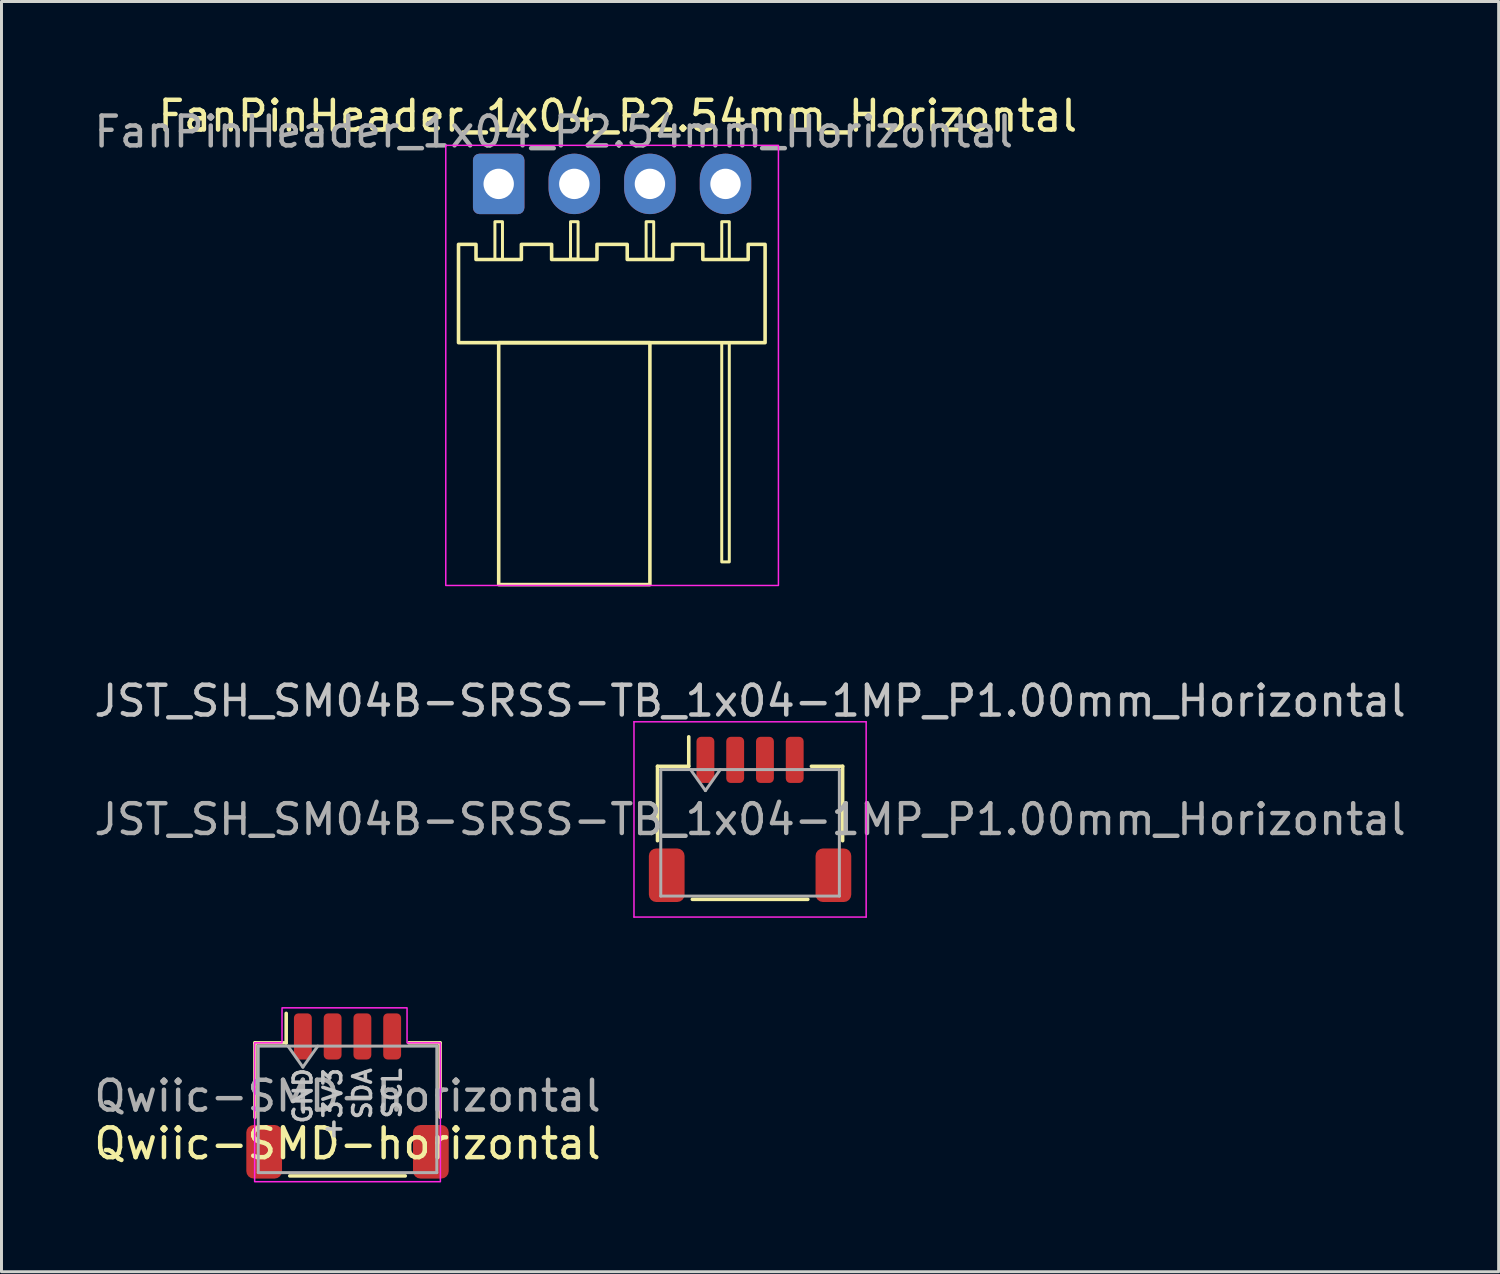
<source format=kicad_pcb>
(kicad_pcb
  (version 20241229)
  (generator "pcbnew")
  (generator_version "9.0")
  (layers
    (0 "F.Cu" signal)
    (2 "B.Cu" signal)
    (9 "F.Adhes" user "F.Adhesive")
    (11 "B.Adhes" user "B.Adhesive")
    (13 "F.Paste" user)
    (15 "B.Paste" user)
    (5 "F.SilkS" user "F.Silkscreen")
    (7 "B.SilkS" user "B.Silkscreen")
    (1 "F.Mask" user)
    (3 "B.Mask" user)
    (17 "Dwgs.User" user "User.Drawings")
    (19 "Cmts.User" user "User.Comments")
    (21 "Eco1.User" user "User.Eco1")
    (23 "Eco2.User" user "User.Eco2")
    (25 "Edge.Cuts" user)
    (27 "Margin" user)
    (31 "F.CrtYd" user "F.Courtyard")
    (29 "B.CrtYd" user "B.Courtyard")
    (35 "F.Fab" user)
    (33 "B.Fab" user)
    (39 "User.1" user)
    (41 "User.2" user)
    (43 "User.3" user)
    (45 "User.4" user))
  (footprint "JST_SH_SM04B-SRSS-TB_1x04-1MP_P1.00mm_Horizontal"
    (layer "F.Cu")
    (at 22.149 24.479)
    (property "Reference" "JST_SH_SM04B-SRSS-TB_1x04-1MP_P1.00mm_Horizontal" (at 0 -3.98 0) (layer "Dwgs.User") (effects (font (size 1 1) (thickness 0.15))))
    (attr smd)
    (fp_line (start -3.11 -1.785) (end -2.06 -1.785) (stroke (width 0.12) (type solid)) (layer "F.SilkS"))
    (fp_line (start -3.11 0.715) (end -3.11 -1.785) (stroke (width 0.12) (type solid)) (layer "F.SilkS"))
    (fp_line (start -2.06 -1.785) (end -2.06 -2.775) (stroke (width 0.12) (type solid)) (layer "F.SilkS"))
    (fp_line (start -1.94 2.685) (end 1.94 2.685) (stroke (width 0.12) (type solid)) (layer "F.SilkS"))
    (fp_line (start 3.11 -1.785) (end 2.06 -1.785) (stroke (width 0.12) (type solid)) (layer "F.SilkS"))
    (fp_line (start 3.11 0.715) (end 3.11 -1.785) (stroke (width 0.12) (type solid)) (layer "F.SilkS"))
    (fp_line (start -3.9 -3.28) (end -3.9 3.28) (stroke (width 0.05) (type solid)) (layer "F.CrtYd"))
    (fp_line (start -3.9 3.28) (end 3.9 3.28) (stroke (width 0.05) (type solid)) (layer "F.CrtYd"))
    (fp_line (start 3.9 -3.28) (end -3.9 -3.28) (stroke (width 0.05) (type solid)) (layer "F.CrtYd"))
    (fp_line (start 3.9 3.28) (end 3.9 -3.28) (stroke (width 0.05) (type solid)) (layer "F.CrtYd"))
    (fp_line (start -3 -1.675) (end -3 2.575) (stroke (width 0.1) (type solid)) (layer "F.Fab"))
    (fp_line (start -3 -1.675) (end 3 -1.675) (stroke (width 0.1) (type solid)) (layer "F.Fab"))
    (fp_line (start -3 2.575) (end 3 2.575) (stroke (width 0.1) (type solid)) (layer "F.Fab"))
    (fp_line (start -2 -1.675) (end -1.5 -0.968) (stroke (width 0.1) (type solid)) (layer "F.Fab"))
    (fp_line (start -1.5 -0.968) (end -1 -1.675) (stroke (width 0.1) (type solid)) (layer "F.Fab"))
    (fp_line (start 3 -1.675) (end 3 2.575) (stroke (width 0.1) (type solid)) (layer "F.Fab"))
    (fp_text user "${REFERENCE}" (at 0 0 0) (layer "F.Fab") (effects (font (size 1 1) (thickness 0.15))))
    (pad "1" smd roundrect (at -1.5 -2) (size 0.6 1.55) (layers "F.Cu" "F.Mask" "F.Paste") (roundrect_rratio 0.25))
    (pad "2" smd roundrect (at -0.5 -2) (size 0.6 1.55) (layers "F.Cu" "F.Mask" "F.Paste") (roundrect_rratio 0.25))
    (pad "3" smd roundrect (at 0.5 -2) (size 0.6 1.55) (layers "F.Cu" "F.Mask" "F.Paste") (roundrect_rratio 0.25))
    (pad "4" smd roundrect (at 1.5 -2) (size 0.6 1.55) (layers "F.Cu" "F.Mask" "F.Paste") (roundrect_rratio 0.25))
    (pad "MP" smd roundrect (at -2.8 1.875) (size 1.2 1.8) (layers "F.Cu" "F.Mask" "F.Paste") (roundrect_rratio 0.208))
    (pad "MP" smd roundrect (at 2.8 1.875) (size 1.2 1.8) (layers "F.Cu" "F.Mask" "F.Paste") (roundrect_rratio 0.208)))
  (footprint "Qwiic-SMD-horizontal"
    (layer "F.Cu")
    (at 8.625 33.77)
    (property "Reference" "Qwiic-SMD-horizontal" (at 0 1.6 0) (layer "F.SilkS") (effects (font (size 1 1) (thickness 0.15))))
    (attr smd)
    (fp_line (start -3.11 -1.785) (end -2.06 -1.785) (stroke (width 0.12) (type solid)) (layer "F.SilkS"))
    (fp_line (start -3.11 0.715) (end -3.11 -1.785) (stroke (width 0.12) (type solid)) (layer "F.SilkS"))
    (fp_line (start -2.06 -1.785) (end -2.06 -2.775) (stroke (width 0.12) (type solid)) (layer "F.SilkS"))
    (fp_line (start -1.94 2.685) (end 1.94 2.685) (stroke (width 0.12) (type solid)) (layer "F.SilkS"))
    (fp_line (start 3.11 -1.785) (end 2.06 -1.785) (stroke (width 0.12) (type solid)) (layer "F.SilkS"))
    (fp_line (start 3.11 0.715) (end 3.11 -1.785) (stroke (width 0.12) (type solid)) (layer "F.SilkS"))
    (fp_poly (pts (xy 3.12 -1.785) (xy 3.12 2.88) (xy -3.12 2.88) (xy -3.12 -1.785) (xy -2.2 -1.785) (xy -2.2 -2.961) (xy 2 -2.961) (xy 2 -1.785)) (stroke (width 0.05) (type solid)) (fill no) (layer "F.CrtYd"))
    (fp_line (start -3 -1.675) (end -3 2.575) (stroke (width 0.1) (type solid)) (layer "F.Fab"))
    (fp_line (start -3 -1.675) (end 3 -1.675) (stroke (width 0.1) (type solid)) (layer "F.Fab"))
    (fp_line (start -3 2.575) (end 3 2.575) (stroke (width 0.1) (type solid)) (layer "F.Fab"))
    (fp_line (start -2 -1.675) (end -1.5 -0.968) (stroke (width 0.1) (type solid)) (layer "F.Fab"))
    (fp_line (start -1.5 -0.968) (end -1 -1.675) (stroke (width 0.1) (type solid)) (layer "F.Fab"))
    (fp_line (start 3 -1.675) (end 3 2.575) (stroke (width 0.1) (type solid)) (layer "F.Fab"))
    (fp_text user "GND" (at -1.5 -1 90) (unlocked yes) (layer "Dwgs.User") (effects (font (size 0.6 0.6) (thickness 0.12) (bold yes)) (justify right)))
    (fp_text user "SDA" (at 0.5 -1 90) (unlocked yes) (layer "Dwgs.User") (effects (font (size 0.6 0.6) (thickness 0.12) (bold yes)) (justify right)))
    (fp_text user "SCL" (at 1.5 -1 90) (unlocked yes) (layer "Dwgs.User") (effects (font (size 0.6 0.6) (thickness 0.12) (bold yes)) (justify right)))
    (fp_text user "+3V3" (at -0.5 -1 90) (unlocked yes) (layer "Dwgs.User") (effects (font (size 0.6 0.6) (thickness 0.12) (bold yes)) (justify right)))
    (fp_text user "${REFERENCE}" (at 0 0 0) (layer "F.Fab") (effects (font (size 1 1) (thickness 0.15))))
    (pad "1" smd roundrect (at -1.5 -2) (size 0.6 1.55) (layers "F.Cu" "F.Mask" "F.Paste") (roundrect_rratio 0.25))
    (pad "2" smd roundrect (at -0.5 -2) (size 0.6 1.55) (layers "F.Cu" "F.Mask" "F.Paste") (roundrect_rratio 0.25))
    (pad "3" smd roundrect (at 0.5 -2) (size 0.6 1.55) (layers "F.Cu" "F.Mask" "F.Paste") (roundrect_rratio 0.25))
    (pad "4" smd roundrect (at 1.5 -2) (size 0.6 1.55) (layers "F.Cu" "F.Mask" "F.Paste") (roundrect_rratio 0.25))
    (pad "MP" smd roundrect (at -2.8 1.875) (size 1.2 1.8) (layers "F.Cu" "F.Mask" "F.Paste") (roundrect_rratio 0.208))
    (pad "MP" smd roundrect (at 2.8 1.875) (size 1.2 1.8) (layers "F.Cu" "F.Mask" "F.Paste") (roundrect_rratio 0.208)))
  (footprint "FanPinHeader_1x04_P2.54mm_Horizontal"
    (layer "F.Cu")
    (at 13.704 3.128)
    (property "Reference" "FanPinHeader_1x04_P2.54mm_Horizontal" (at 4 -2.28 0) (layer "F.SilkS") (effects (font (size 1 1) (thickness 0.15))))
    (attr through_hole)
    (fp_rect (start -0.127 1.27) (end 0.127 2.54) (stroke (width 0.1) (type default)) (fill no) (layer "F.SilkS"))
    (fp_rect (start 2.413 1.27) (end 2.667 2.526) (stroke (width 0.1) (type default)) (fill no) (layer "F.SilkS"))
    (fp_rect (start 4.953 1.27) (end 5.207 2.526) (stroke (width 0.1) (type default)) (fill no) (layer "F.SilkS"))
    (fp_rect (start 7.493 1.27) (end 7.747 2.54) (stroke (width 0.1) (type default)) (fill no) (layer "F.SilkS"))
    (fp_rect (start 7.493 5.334) (end 7.747 12.7) (stroke (width 0.1) (type default)) (fill no) (layer "F.SilkS"))
    (fp_poly (pts (xy 0 5.334) (xy 5.08 5.334) (xy 5.08 13.462) (xy 0 13.462)) (stroke (width 0.12) (type solid)) (fill no) (layer "F.SilkS"))
    (fp_poly (pts (xy 1.778 2.54) (xy 3.302 2.54) (xy 3.302 2.032) (xy 4.318 2.032) (xy 4.318 2.54) (xy 5.842 2.54) (xy 5.842 2.032) (xy 6.858 2.032) (xy 6.858 2.54) (xy 8.382 2.54) (xy 8.382 2.032) (xy 8.95 2.032) (xy 8.95 5.334) (xy -1.35 5.334) (xy -1.35 2.032) (xy -0.762 2.032) (xy -0.762 2.54) (xy 0.762 2.54) (xy 0.762 2.032) (xy 1.778 2.032)) (stroke (width 0.12) (type default)) (fill no) (layer "F.SilkS"))
    (fp_poly (pts (xy 9.398 13.491) (xy 9.398 -1.295) (xy -1.778 -1.295) (xy -1.778 13.491)) (stroke (width 0.05) (type solid)) (fill no) (layer "F.CrtYd"))
    (fp_text user "${REFERENCE}" (at 1.85 -1.75 0) (layer "F.Fab") (effects (font (size 1 1) (thickness 0.15))))
    (pad "1" thru_hole roundrect (at 0 0 90) (size 2.03 1.73) (drill 1.02) (layers "*.Cu" "*.Mask") (roundrect_rratio 0.125))
    (pad "2" thru_hole oval (at 2.54 0 90) (size 2.03 1.73) (drill 1.02) (layers "*.Cu" "*.Mask"))
    (pad "3" thru_hole oval (at 5.08 0 90) (size 2.03 1.73) (drill 1.02) (layers "*.Cu" "*.Mask"))
    (pad "4" thru_hole oval (at 7.62 0 90) (size 2.03 1.73) (drill 1.02) (layers "*.Cu" "*.Mask")))
  (gr_rect
    (start -3 -3)
    (end 47.298 39.675)
    (stroke (width 0.1) (type default))
    (fill no)
    (layer "Edge.Cuts")))
</source>
